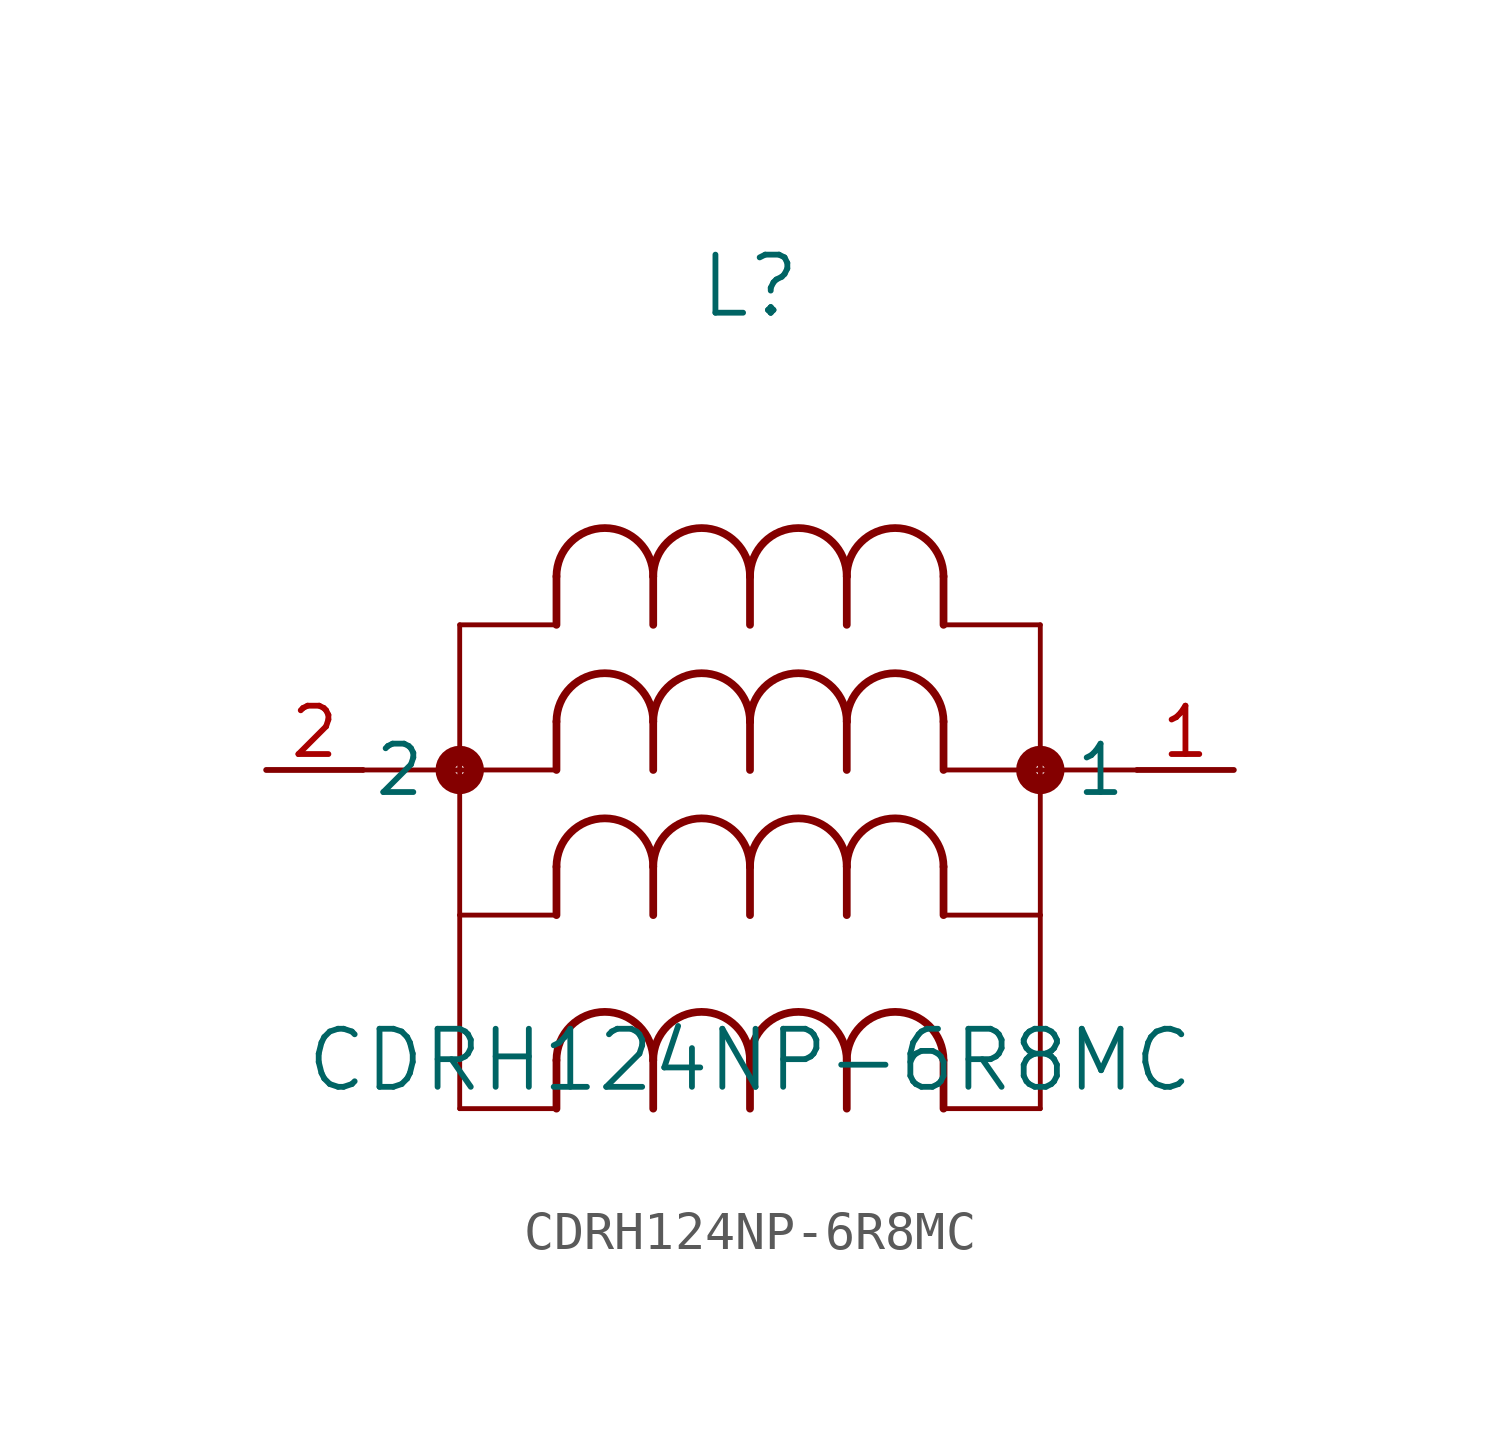
<source format=kicad_sym>
(kicad_symbol_lib
  (version 20241209)
  (generator "kicad_symbol_editor")
  (generator_version "9.0")
  (symbol "CDRH124NP-6R8MC"
    (pin_names
      (offset 0.254))
    (property "Reference" "L"
      (at 12.7 12.7 0)
      (effects (font (size 1.524 1.524))))
    (property "Value" "CDRH124NP-6R8MC"
      (at 12.7 -7.62 0)
      (effects (font (size 1.524 1.524))))
    (symbol "CDRH124NP-6R8MC_0_1"
      (polyline (pts (xy 5.08 3.81) (xy 5.08 0)) (stroke (width 0.127) (type default)) (fill (type none)))
      (polyline (pts (xy 5.08 0) (xy 2.54 0)) (stroke (width 0.127) (type default)) (fill (type none)))
      (polyline (pts (xy 5.08 0) (xy 5.08 -3.81)) (stroke (width 0.127) (type default)) (fill (type none)))
      (circle (center 5.08 0) (radius 0.127) (stroke (width 0.508) (type default)) (fill (type none)))
      (polyline (pts (xy 5.08 -8.89) (xy 5.08 -3.81)) (stroke (width 0.127) (type default)) (fill (type none)))
      (polyline (pts (xy 5.08 -8.89) (xy 7.62 -8.89)) (stroke (width 0.127) (type default)) (fill (type none)))
      (polyline (pts (xy 7.62 3.81) (xy 5.08 3.81)) (stroke (width 0.127) (type default)) (fill (type none)))
      (polyline (pts (xy 7.62 3.81) (xy 7.62 5.08)) (stroke (width 0.203) (type default)) (fill (type none)))
      (polyline (pts (xy 7.62 0) (xy 5.08 0)) (stroke (width 0.127) (type default)) (fill (type none)))
      (polyline (pts (xy 7.62 0) (xy 7.62 1.27)) (stroke (width 0.203) (type default)) (fill (type none)))
      (polyline (pts (xy 7.62 -3.81) (xy 5.08 -3.81)) (stroke (width 0.127) (type default)) (fill (type none)))
      (polyline (pts (xy 7.62 -3.81) (xy 7.62 -2.54)) (stroke (width 0.203) (type default)) (fill (type none)))
      (polyline (pts (xy 7.62 -8.89) (xy 7.62 -7.62)) (stroke (width 0.203) (type default)) (fill (type none)))
      (arc (start 7.62 5.08) (mid 8.89 6.3444) (end 10.16 5.08) (stroke (width 0.2032) (type default)) (fill (type none)))
      (arc (start 7.62 1.27) (mid 8.89 2.5344) (end 10.16 1.27) (stroke (width 0.2032) (type default)) (fill (type none)))
      (arc (start 7.62 -2.54) (mid 8.89 -1.2755) (end 10.16 -2.54) (stroke (width 0.2032) (type default)) (fill (type none)))
      (arc (start 7.62 -7.62) (mid 8.89 -6.3555) (end 10.16 -7.62) (stroke (width 0.2032) (type default)) (fill (type none)))
      (polyline (pts (xy 10.16 3.81) (xy 10.16 5.08)) (stroke (width 0.203) (type default)) (fill (type none)))
      (polyline (pts (xy 10.16 0) (xy 10.16 1.27)) (stroke (width 0.203) (type default)) (fill (type none)))
      (polyline (pts (xy 10.16 -3.81) (xy 10.16 -2.54)) (stroke (width 0.203) (type default)) (fill (type none)))
      (polyline (pts (xy 10.16 -8.89) (xy 10.16 -7.62)) (stroke (width 0.203) (type default)) (fill (type none)))
      (arc (start 10.16 5.08) (mid 11.43 6.3444) (end 12.7 5.08) (stroke (width 0.2032) (type default)) (fill (type none)))
      (arc (start 10.16 1.27) (mid 11.43 2.5344) (end 12.7 1.27) (stroke (width 0.2032) (type default)) (fill (type none)))
      (arc (start 10.16 -2.54) (mid 11.43 -1.2755) (end 12.7 -2.54) (stroke (width 0.2032) (type default)) (fill (type none)))
      (arc (start 10.16 -7.62) (mid 11.43 -6.3555) (end 12.7 -7.62) (stroke (width 0.2032) (type default)) (fill (type none)))
      (polyline (pts (xy 12.7 3.81) (xy 12.7 5.08)) (stroke (width 0.203) (type default)) (fill (type none)))
      (polyline (pts (xy 12.7 0) (xy 12.7 1.27)) (stroke (width 0.203) (type default)) (fill (type none)))
      (polyline (pts (xy 12.7 -3.81) (xy 12.7 -2.54)) (stroke (width 0.203) (type default)) (fill (type none)))
      (polyline (pts (xy 12.7 -8.89) (xy 12.7 -7.62)) (stroke (width 0.203) (type default)) (fill (type none)))
      (arc (start 12.7 5.08) (mid 13.97 6.3444) (end 15.24 5.08) (stroke (width 0.2032) (type default)) (fill (type none)))
      (arc (start 12.7 1.27) (mid 13.97 2.5344) (end 15.24 1.27) (stroke (width 0.2032) (type default)) (fill (type none)))
      (arc (start 12.7 -2.54) (mid 13.97 -1.2755) (end 15.24 -2.54) (stroke (width 0.2032) (type default)) (fill (type none)))
      (arc (start 12.7 -7.62) (mid 13.97 -6.3555) (end 15.24 -7.62) (stroke (width 0.2032) (type default)) (fill (type none)))
      (polyline (pts (xy 15.24 3.81) (xy 15.24 5.08)) (stroke (width 0.203) (type default)) (fill (type none)))
      (polyline (pts (xy 15.24 0) (xy 15.24 1.27)) (stroke (width 0.203) (type default)) (fill (type none)))
      (polyline (pts (xy 15.24 -3.81) (xy 15.24 -2.54)) (stroke (width 0.203) (type default)) (fill (type none)))
      (polyline (pts (xy 15.24 -8.89) (xy 15.24 -7.62)) (stroke (width 0.203) (type default)) (fill (type none)))
      (arc (start 15.24 5.08) (mid 16.51 6.3444) (end 17.78 5.08) (stroke (width 0.2032) (type default)) (fill (type none)))
      (arc (start 15.24 1.27) (mid 16.51 2.5344) (end 17.78 1.27) (stroke (width 0.2032) (type default)) (fill (type none)))
      (arc (start 15.24 -2.54) (mid 16.51 -1.2755) (end 17.78 -2.54) (stroke (width 0.2032) (type default)) (fill (type none)))
      (arc (start 15.24 -7.62) (mid 16.51 -6.3555) (end 17.78 -7.62) (stroke (width 0.2032) (type default)) (fill (type none)))
      (polyline (pts (xy 17.78 3.81) (xy 17.78 5.08)) (stroke (width 0.203) (type default)) (fill (type none)))
      (polyline (pts (xy 17.78 3.81) (xy 20.32 3.81)) (stroke (width 0.127) (type default)) (fill (type none)))
      (polyline (pts (xy 17.78 0) (xy 17.78 1.27)) (stroke (width 0.203) (type default)) (fill (type none)))
      (polyline (pts (xy 17.78 0) (xy 20.32 0)) (stroke (width 0.127) (type default)) (fill (type none)))
      (polyline (pts (xy 17.78 -3.81) (xy 17.78 -2.54)) (stroke (width 0.203) (type default)) (fill (type none)))
      (polyline (pts (xy 17.78 -3.81) (xy 20.32 -3.81)) (stroke (width 0.127) (type default)) (fill (type none)))
      (polyline (pts (xy 17.78 -8.89) (xy 17.78 -7.62)) (stroke (width 0.203) (type default)) (fill (type none)))
      (polyline (pts (xy 20.32 3.81) (xy 20.32 0)) (stroke (width 0.127) (type default)) (fill (type none)))
      (polyline (pts (xy 20.32 0) (xy 20.32 -3.81)) (stroke (width 0.127) (type default)) (fill (type none)))
      (polyline (pts (xy 20.32 0) (xy 22.86 0)) (stroke (width 0.127) (type default)) (fill (type none)))
      (circle (center 20.32 0) (radius 0.127) (stroke (width 0.508) (type default)) (fill (type none)))
      (polyline (pts (xy 20.32 -8.89) (xy 17.78 -8.89)) (stroke (width 0.127) (type default)) (fill (type none)))
      (polyline (pts (xy 20.32 -8.89) (xy 20.32 -3.81)) (stroke (width 0.127) (type default)) (fill (type none)))
      (pin unspecified line (at 0 0 0) (length 2.54) (name "2" (effects (font (size 1.27 1.27)))) (number "2" (effects (font (size 1.27 1.27)))))
      (pin unspecified line (at 25.4 0 180) (length 2.54) (name "1" (effects (font (size 1.27 1.27)))) (number "1" (effects (font (size 1.27 1.27))))))))
</source>
